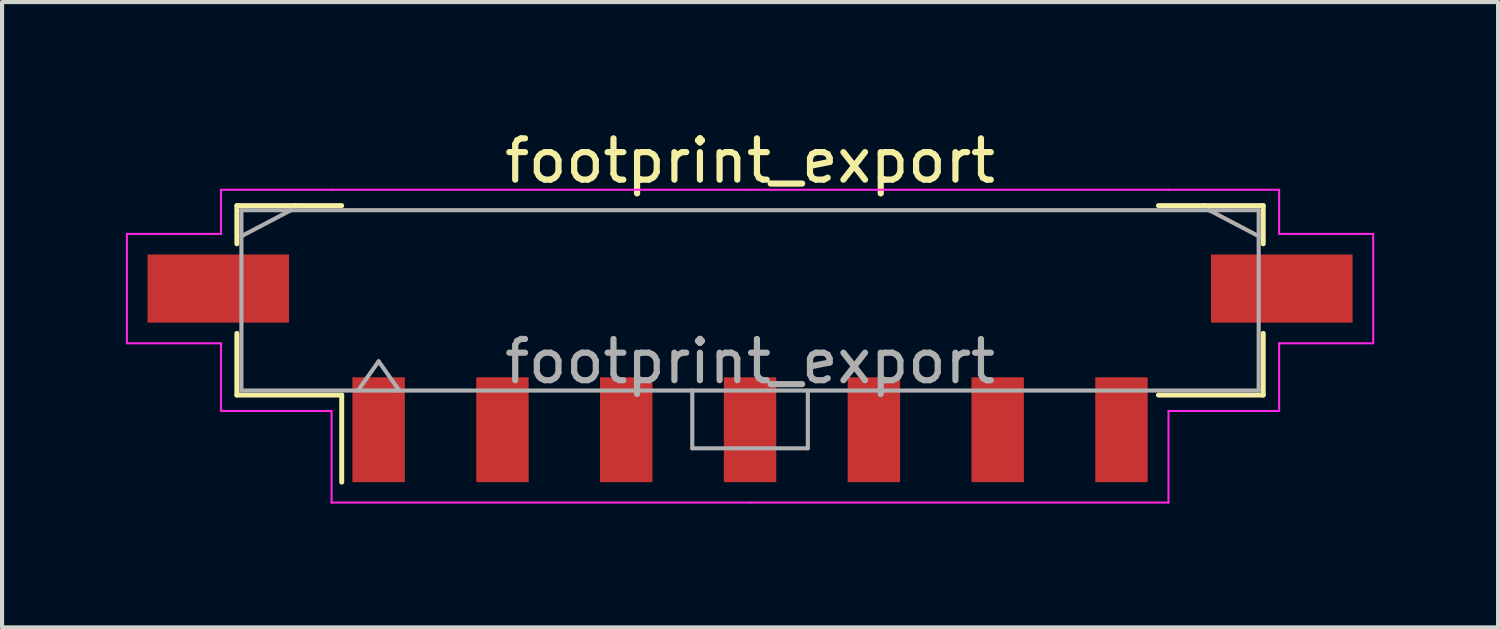
<source format=kicad_pcb>
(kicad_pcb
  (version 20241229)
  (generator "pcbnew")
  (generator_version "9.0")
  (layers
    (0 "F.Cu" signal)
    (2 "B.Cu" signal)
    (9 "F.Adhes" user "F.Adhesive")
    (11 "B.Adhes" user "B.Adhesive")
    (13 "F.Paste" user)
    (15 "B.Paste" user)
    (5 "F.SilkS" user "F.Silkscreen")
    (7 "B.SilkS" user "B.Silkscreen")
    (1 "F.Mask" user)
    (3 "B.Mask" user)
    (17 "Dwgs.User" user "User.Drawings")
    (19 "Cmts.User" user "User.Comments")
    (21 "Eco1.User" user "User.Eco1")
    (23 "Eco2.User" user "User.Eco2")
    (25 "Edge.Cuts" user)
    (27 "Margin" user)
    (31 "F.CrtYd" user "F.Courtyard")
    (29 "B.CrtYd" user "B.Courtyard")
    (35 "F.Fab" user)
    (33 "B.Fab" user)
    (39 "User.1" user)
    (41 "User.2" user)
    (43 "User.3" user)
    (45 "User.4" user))
  (footprint "footprint_export"
    (layer "F.Cu")
    (at 15.125 4.228)
    (property "Reference" "footprint_export" (at 0 -3.38 0) (layer "F.SilkS") (effects (font (size 1 1) (thickness 0.15))))
    (attr smd)
    (fp_line (start -12.435 -2.295) (end -11.015 -2.295) (stroke (width 0.12) (type solid)) (layer "F.SilkS"))
    (fp_line (start -12.435 -1.37) (end -12.435 -2.295) (stroke (width 0.12) (type solid)) (layer "F.SilkS"))
    (fp_line (start -12.435 0.8) (end -12.435 2.295) (stroke (width 0.12) (type solid)) (layer "F.SilkS"))
    (fp_line (start -12.435 2.295) (end -9.895 2.295) (stroke (width 0.12) (type solid)) (layer "F.SilkS"))
    (fp_line (start -11.015 -2.295) (end -11.015 -2.295) (stroke (width 0.12) (type solid)) (layer "F.SilkS"))
    (fp_line (start -11.015 -2.295) (end -9.895 -2.295) (stroke (width 0.12) (type solid)) (layer "F.SilkS"))
    (fp_line (start -9.895 2.295) (end -9.895 4.405) (stroke (width 0.12) (type solid)) (layer "F.SilkS"))
    (fp_line (start 11.015 -2.295) (end 9.895 -2.295) (stroke (width 0.12) (type solid)) (layer "F.SilkS"))
    (fp_line (start 11.015 -2.295) (end 11.015 -2.295) (stroke (width 0.12) (type solid)) (layer "F.SilkS"))
    (fp_line (start 12.435 -2.295) (end 11.015 -2.295) (stroke (width 0.12) (type solid)) (layer "F.SilkS"))
    (fp_line (start 12.435 -1.37) (end 12.435 -2.295) (stroke (width 0.12) (type solid)) (layer "F.SilkS"))
    (fp_line (start 12.435 0.8) (end 12.435 2.295) (stroke (width 0.12) (type solid)) (layer "F.SilkS"))
    (fp_line (start 12.435 2.295) (end 9.895 2.295) (stroke (width 0.12) (type solid)) (layer "F.SilkS"))
    (fp_line (start -15.1 -1.61) (end -15.1 1.04) (stroke (width 0.05) (type solid)) (layer "F.CrtYd"))
    (fp_line (start -15.1 1.04) (end -12.82 1.04) (stroke (width 0.05) (type solid)) (layer "F.CrtYd"))
    (fp_line (start -12.82 -2.68) (end -12.82 -1.61) (stroke (width 0.05) (type solid)) (layer "F.CrtYd"))
    (fp_line (start -12.82 -1.61) (end -15.1 -1.61) (stroke (width 0.05) (type solid)) (layer "F.CrtYd"))
    (fp_line (start -12.82 1.04) (end -12.82 2.68) (stroke (width 0.05) (type solid)) (layer "F.CrtYd"))
    (fp_line (start -12.82 2.68) (end -10.14 2.68) (stroke (width 0.05) (type solid)) (layer "F.CrtYd"))
    (fp_line (start -10.14 -2.68) (end -12.82 -2.68) (stroke (width 0.05) (type solid)) (layer "F.CrtYd"))
    (fp_line (start -10.14 2.68) (end -10.14 4.9) (stroke (width 0.05) (type solid)) (layer "F.CrtYd"))
    (fp_line (start -10.14 4.9) (end 0 4.9) (stroke (width 0.05) (type solid)) (layer "F.CrtYd"))
    (fp_line (start 0 -2.68) (end -10.14 -2.68) (stroke (width 0.05) (type solid)) (layer "F.CrtYd"))
    (fp_line (start 0 -2.68) (end 10.14 -2.68) (stroke (width 0.05) (type solid)) (layer "F.CrtYd"))
    (fp_line (start 10.14 -2.68) (end 12.82 -2.68) (stroke (width 0.05) (type solid)) (layer "F.CrtYd"))
    (fp_line (start 10.14 2.68) (end 10.14 4.9) (stroke (width 0.05) (type solid)) (layer "F.CrtYd"))
    (fp_line (start 10.14 4.9) (end 0 4.9) (stroke (width 0.05) (type solid)) (layer "F.CrtYd"))
    (fp_line (start 12.82 -2.68) (end 12.82 -1.61) (stroke (width 0.05) (type solid)) (layer "F.CrtYd"))
    (fp_line (start 12.82 -1.61) (end 15.1 -1.61) (stroke (width 0.05) (type solid)) (layer "F.CrtYd"))
    (fp_line (start 12.82 1.04) (end 12.82 2.68) (stroke (width 0.05) (type solid)) (layer "F.CrtYd"))
    (fp_line (start 12.82 2.68) (end 10.14 2.68) (stroke (width 0.05) (type solid)) (layer "F.CrtYd"))
    (fp_line (start 15.1 -1.61) (end 15.1 1.04) (stroke (width 0.05) (type solid)) (layer "F.CrtYd"))
    (fp_line (start 15.1 1.04) (end 12.82 1.04) (stroke (width 0.05) (type solid)) (layer "F.CrtYd"))
    (fp_line (start -12.325 -2.185) (end -12.325 2.185) (stroke (width 0.1) (type solid)) (layer "F.Fab"))
    (fp_line (start -12.325 -1.555) (end -11.125 -2.185) (stroke (width 0.1) (type solid)) (layer "F.Fab"))
    (fp_line (start -12.325 2.185) (end 12.325 2.185) (stroke (width 0.1) (type solid)) (layer "F.Fab"))
    (fp_line (start -11.125 -2.185) (end -12.325 -2.185) (stroke (width 0.1) (type solid)) (layer "F.Fab"))
    (fp_line (start -11.125 -2.185) (end -11.125 -2.185) (stroke (width 0.1) (type solid)) (layer "F.Fab"))
    (fp_line (start -9.5 2.185) (end -9 1.478) (stroke (width 0.1) (type solid)) (layer "F.Fab"))
    (fp_line (start -9 1.478) (end -8.5 2.185) (stroke (width 0.1) (type solid)) (layer "F.Fab"))
    (fp_line (start -1.4 2.185) (end -1.4 3.585) (stroke (width 0.1) (type solid)) (layer "F.Fab"))
    (fp_line (start -1.4 3.585) (end 1.4 3.585) (stroke (width 0.1) (type solid)) (layer "F.Fab"))
    (fp_line (start 1.4 3.585) (end 1.4 2.185) (stroke (width 0.1) (type solid)) (layer "F.Fab"))
    (fp_line (start 11.125 -2.185) (end -11.125 -2.185) (stroke (width 0.1) (type solid)) (layer "F.Fab"))
    (fp_line (start 11.125 -2.185) (end 11.125 -2.185) (stroke (width 0.1) (type solid)) (layer "F.Fab"))
    (fp_line (start 12.325 -2.185) (end 11.125 -2.185) (stroke (width 0.1) (type solid)) (layer "F.Fab"))
    (fp_line (start 12.325 -1.555) (end 11.125 -2.185) (stroke (width 0.1) (type solid)) (layer "F.Fab"))
    (fp_line (start 12.325 2.185) (end 12.325 -2.185) (stroke (width 0.1) (type solid)) (layer "F.Fab"))
    (fp_text user "${REFERENCE}" (at 0 1.48 0) (layer "F.Fab") (effects (font (size 1 1) (thickness 0.15))))
    (pad "1" smd rect (at -9 3.135) (size 1.27 2.54) (layers "F.Cu" "F.Mask" "F.Paste"))
    (pad "2" smd rect (at -6 3.135) (size 1.27 2.54) (layers "F.Cu" "F.Mask" "F.Paste"))
    (pad "3" smd rect (at -3 3.135) (size 1.27 2.54) (layers "F.Cu" "F.Mask" "F.Paste"))
    (pad "4" smd rect (at 0 3.135) (size 1.27 2.54) (layers "F.Cu" "F.Mask" "F.Paste"))
    (pad "5" smd rect (at 3 3.135) (size 1.27 2.54) (layers "F.Cu" "F.Mask" "F.Paste"))
    (pad "6" smd rect (at 6 3.135) (size 1.27 2.54) (layers "F.Cu" "F.Mask" "F.Paste"))
    (pad "7" smd rect (at 9 3.135) (size 1.27 2.54) (layers "F.Cu" "F.Mask" "F.Paste"))
    (pad "MP" smd rect (at -12.885 -0.285) (size 3.43 1.65) (layers "F.Cu" "F.Mask" "F.Paste"))
    (pad "MP" smd rect (at 12.885 -0.285) (size 3.43 1.65) (layers "F.Cu" "F.Mask" "F.Paste")))
  (gr_rect
    (start -3 -3)
    (end 33.25 12.153)
    (stroke (width 0.1) (type default))
    (fill no)
    (layer "Edge.Cuts")))
</source>
